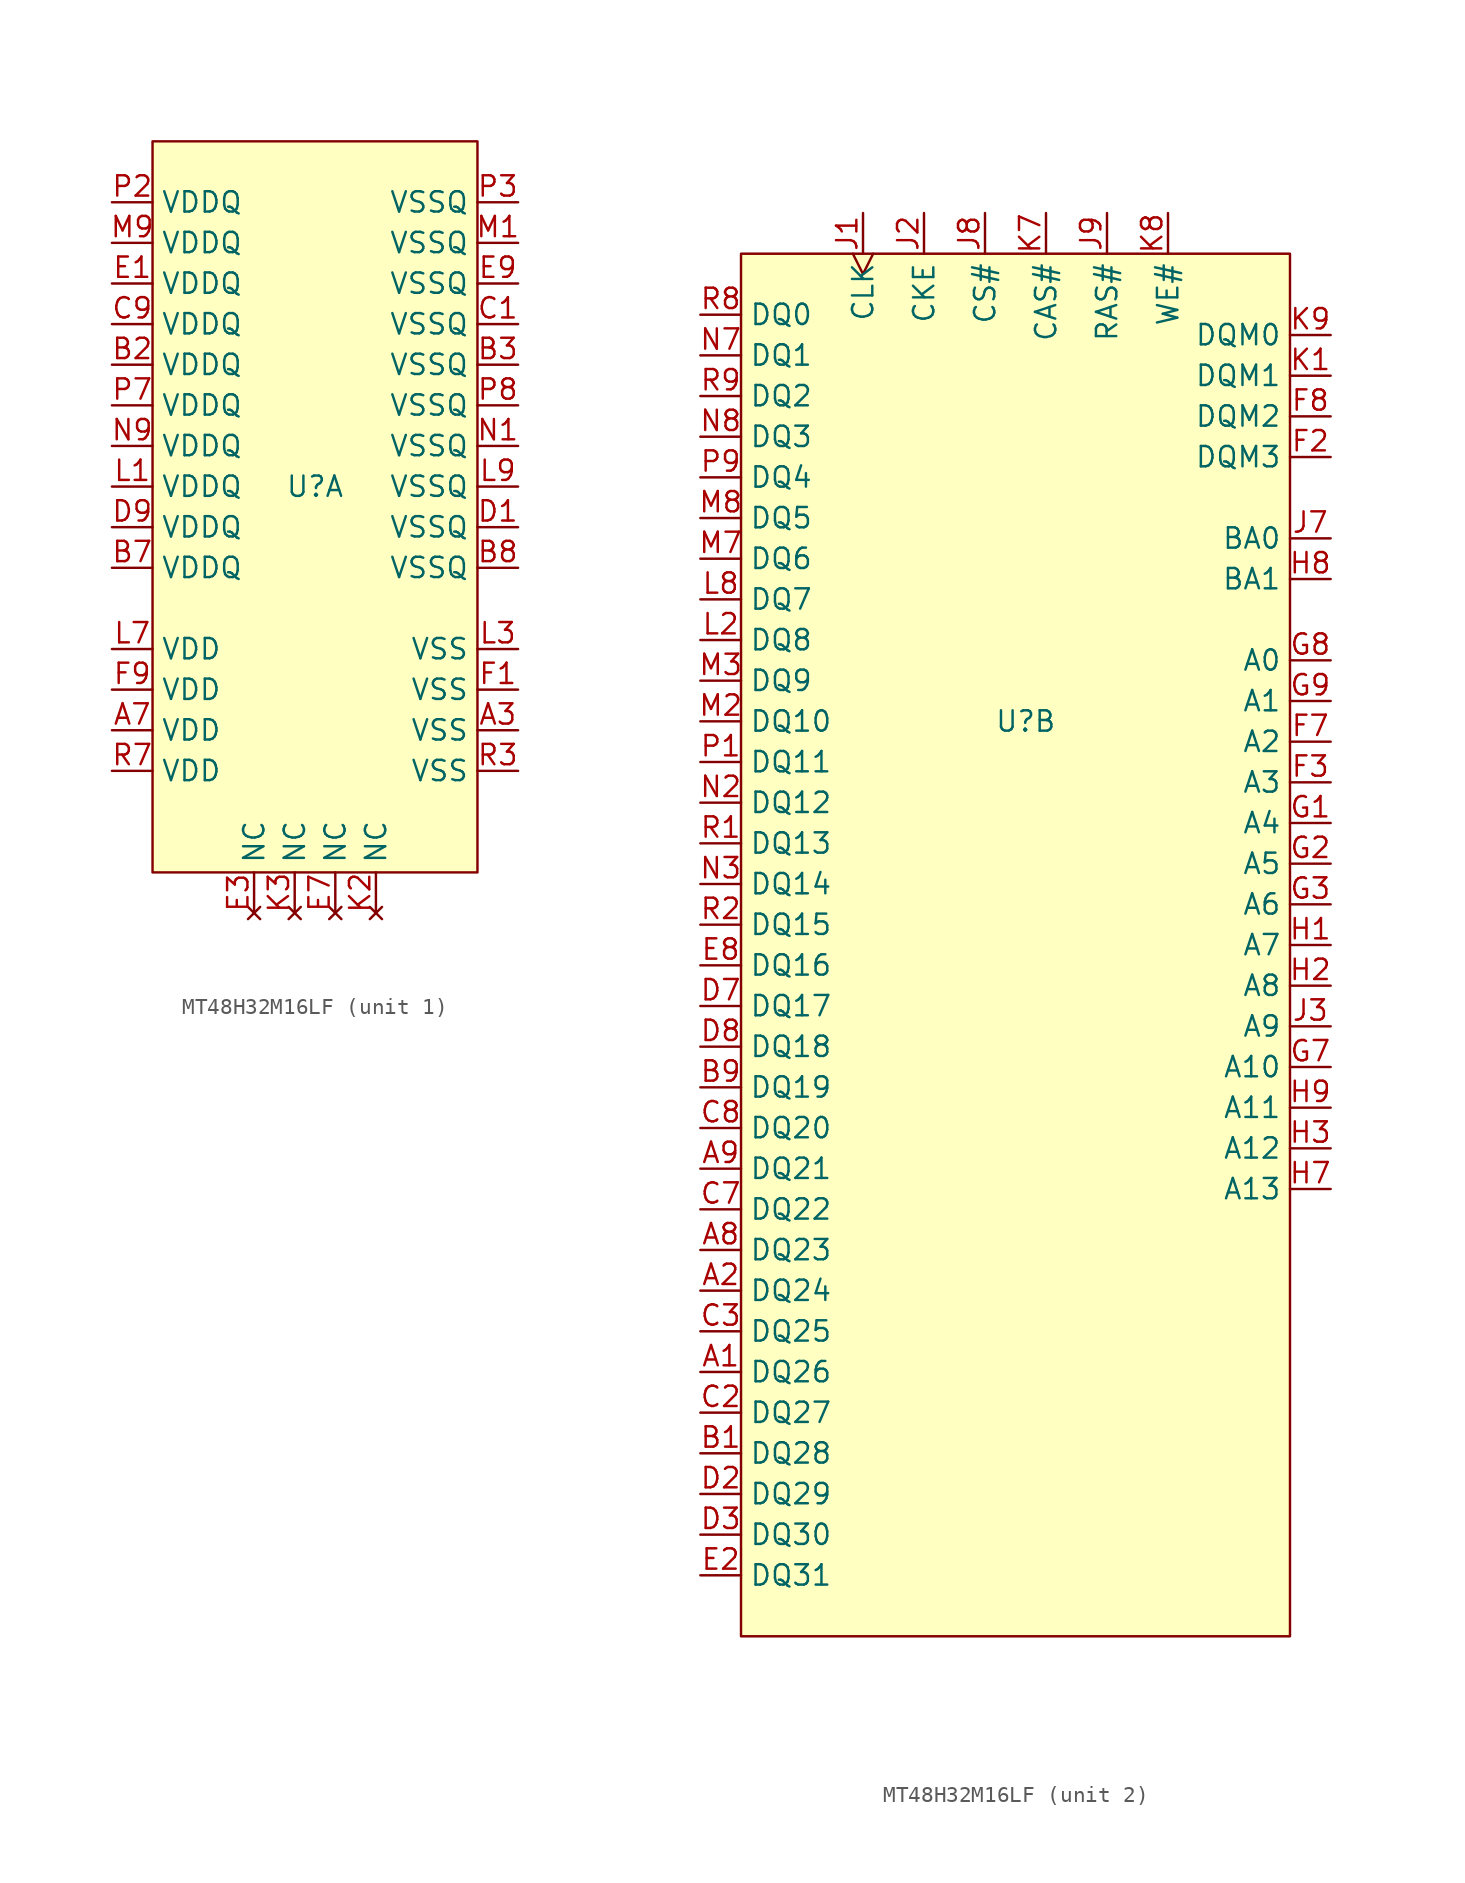
<source format=kicad_sym>
(kicad_symbol_lib
  (version 20231120)
  (generator "kicad_symbol_editor")
  (generator_version "8.0")
  (symbol "MT48H32M16LF"
    (property "Reference" "U"
      (at 0 0 0)
      (effects (font (size 1.27 1.27))))
    (property "ki_locked" ""
      (at 0 0 0)
      (effects (font (size 1.27 1.27))))
    (symbol "MT48H32M16LF_1_1"
      (rectangle (start -10.16 21.59) (end 10.16 -24.13) (stroke (width 0) (type default)) (fill (type background)))
      (pin power_in line (at 12.7 -15.24 180) (length 2.54) (name "VSS" (effects (font (size 1.27 1.27)))) (number "A3" (effects (font (size 1.27 1.27)))))
      (pin power_in line (at -12.7 -15.24 0) (length 2.54) (name "VDD" (effects (font (size 1.27 1.27)))) (number "A7" (effects (font (size 1.27 1.27)))))
      (pin power_in line (at -12.7 7.62 0) (length 2.54) (name "VDDQ" (effects (font (size 1.27 1.27)))) (number "B2" (effects (font (size 1.27 1.27)))))
      (pin power_in line (at 12.7 7.62 180) (length 2.54) (name "VSSQ" (effects (font (size 1.27 1.27)))) (number "B3" (effects (font (size 1.27 1.27)))))
      (pin power_in line (at -12.7 -5.08 0) (length 2.54) (name "VDDQ" (effects (font (size 1.27 1.27)))) (number "B7" (effects (font (size 1.27 1.27)))))
      (pin power_in line (at 12.7 -5.08 180) (length 2.54) (name "VSSQ" (effects (font (size 1.27 1.27)))) (number "B8" (effects (font (size 1.27 1.27)))))
      (pin power_in line (at 12.7 10.16 180) (length 2.54) (name "VSSQ" (effects (font (size 1.27 1.27)))) (number "C1" (effects (font (size 1.27 1.27)))))
      (pin power_in line (at -12.7 10.16 0) (length 2.54) (name "VDDQ" (effects (font (size 1.27 1.27)))) (number "C9" (effects (font (size 1.27 1.27)))))
      (pin power_in line (at 12.7 -2.54 180) (length 2.54) (name "VSSQ" (effects (font (size 1.27 1.27)))) (number "D1" (effects (font (size 1.27 1.27)))))
      (pin power_in line (at -12.7 -2.54 0) (length 2.54) (name "VDDQ" (effects (font (size 1.27 1.27)))) (number "D9" (effects (font (size 1.27 1.27)))))
      (pin power_in line (at -12.7 12.7 0) (length 2.54) (name "VDDQ" (effects (font (size 1.27 1.27)))) (number "E1" (effects (font (size 1.27 1.27)))))
      (pin no_connect line (at -3.81 -26.67 90) (length 2.54) (name "NC" (effects (font (size 1.27 1.27)))) (number "E3" (effects (font (size 1.27 1.27)))))
      (pin no_connect line (at 1.27 -26.67 90) (length 2.54) (name "NC" (effects (font (size 1.27 1.27)))) (number "E7" (effects (font (size 1.27 1.27)))))
      (pin power_in line (at 12.7 12.7 180) (length 2.54) (name "VSSQ" (effects (font (size 1.27 1.27)))) (number "E9" (effects (font (size 1.27 1.27)))))
      (pin power_in line (at 12.7 -12.7 180) (length 2.54) (name "VSS" (effects (font (size 1.27 1.27)))) (number "F1" (effects (font (size 1.27 1.27)))))
      (pin power_in line (at -12.7 -12.7 0) (length 2.54) (name "VDD" (effects (font (size 1.27 1.27)))) (number "F9" (effects (font (size 1.27 1.27)))))
      (pin no_connect line (at 3.81 -26.67 90) (length 2.54) (name "NC" (effects (font (size 1.27 1.27)))) (number "K2" (effects (font (size 1.27 1.27)))))
      (pin no_connect line (at -1.27 -26.67 90) (length 2.54) (name "NC" (effects (font (size 1.27 1.27)))) (number "K3" (effects (font (size 1.27 1.27)))))
      (pin power_in line (at -12.7 0 0) (length 2.54) (name "VDDQ" (effects (font (size 1.27 1.27)))) (number "L1" (effects (font (size 1.27 1.27)))))
      (pin power_in line (at 12.7 -10.16 180) (length 2.54) (name "VSS" (effects (font (size 1.27 1.27)))) (number "L3" (effects (font (size 1.27 1.27)))))
      (pin power_in line (at -12.7 -10.16 0) (length 2.54) (name "VDD" (effects (font (size 1.27 1.27)))) (number "L7" (effects (font (size 1.27 1.27)))))
      (pin power_in line (at 12.7 0 180) (length 2.54) (name "VSSQ" (effects (font (size 1.27 1.27)))) (number "L9" (effects (font (size 1.27 1.27)))))
      (pin power_in line (at 12.7 15.24 180) (length 2.54) (name "VSSQ" (effects (font (size 1.27 1.27)))) (number "M1" (effects (font (size 1.27 1.27)))))
      (pin power_in line (at -12.7 15.24 0) (length 2.54) (name "VDDQ" (effects (font (size 1.27 1.27)))) (number "M9" (effects (font (size 1.27 1.27)))))
      (pin power_in line (at 12.7 2.54 180) (length 2.54) (name "VSSQ" (effects (font (size 1.27 1.27)))) (number "N1" (effects (font (size 1.27 1.27)))))
      (pin power_in line (at -12.7 2.54 0) (length 2.54) (name "VDDQ" (effects (font (size 1.27 1.27)))) (number "N9" (effects (font (size 1.27 1.27)))))
      (pin power_in line (at -12.7 17.78 0) (length 2.54) (name "VDDQ" (effects (font (size 1.27 1.27)))) (number "P2" (effects (font (size 1.27 1.27)))))
      (pin power_in line (at 12.7 17.78 180) (length 2.54) (name "VSSQ" (effects (font (size 1.27 1.27)))) (number "P3" (effects (font (size 1.27 1.27)))))
      (pin power_in line (at -12.7 5.08 0) (length 2.54) (name "VDDQ" (effects (font (size 1.27 1.27)))) (number "P7" (effects (font (size 1.27 1.27)))))
      (pin power_in line (at 12.7 5.08 180) (length 2.54) (name "VSSQ" (effects (font (size 1.27 1.27)))) (number "P8" (effects (font (size 1.27 1.27)))))
      (pin power_in line (at 12.7 -17.78 180) (length 2.54) (name "VSS" (effects (font (size 1.27 1.27)))) (number "R3" (effects (font (size 1.27 1.27)))))
      (pin power_in line (at -12.7 -17.78 0) (length 2.54) (name "VDD" (effects (font (size 1.27 1.27)))) (number "R7" (effects (font (size 1.27 1.27))))))
    (symbol "MT48H32M16LF_2_1"
      (rectangle (start -17.78 29.21) (end 16.51 -57.15) (stroke (width 0) (type default)) (fill (type background)))
      (pin input line (at -20.32 -40.64 0) (length 2.54) (name "DQ26" (effects (font (size 1.27 1.27)))) (number "A1" (effects (font (size 1.27 1.27)))))
      (pin input line (at -20.32 -35.56 0) (length 2.54) (name "DQ24" (effects (font (size 1.27 1.27)))) (number "A2" (effects (font (size 1.27 1.27)))))
      (pin input line (at -20.32 -33.02 0) (length 2.54) (name "DQ23" (effects (font (size 1.27 1.27)))) (number "A8" (effects (font (size 1.27 1.27)))))
      (pin input line (at -20.32 -27.94 0) (length 2.54) (name "DQ21" (effects (font (size 1.27 1.27)))) (number "A9" (effects (font (size 1.27 1.27)))))
      (pin input line (at -20.32 -45.72 0) (length 2.54) (name "DQ28" (effects (font (size 1.27 1.27)))) (number "B1" (effects (font (size 1.27 1.27)))))
      (pin input line (at -20.32 -22.86 0) (length 2.54) (name "DQ19" (effects (font (size 1.27 1.27)))) (number "B9" (effects (font (size 1.27 1.27)))))
      (pin input line (at -20.32 -43.18 0) (length 2.54) (name "DQ27" (effects (font (size 1.27 1.27)))) (number "C2" (effects (font (size 1.27 1.27)))))
      (pin input line (at -20.32 -38.1 0) (length 2.54) (name "DQ25" (effects (font (size 1.27 1.27)))) (number "C3" (effects (font (size 1.27 1.27)))))
      (pin input line (at -20.32 -30.48 0) (length 2.54) (name "DQ22" (effects (font (size 1.27 1.27)))) (number "C7" (effects (font (size 1.27 1.27)))))
      (pin input line (at -20.32 -25.4 0) (length 2.54) (name "DQ20" (effects (font (size 1.27 1.27)))) (number "C8" (effects (font (size 1.27 1.27)))))
      (pin input line (at -20.32 -48.26 0) (length 2.54) (name "DQ29" (effects (font (size 1.27 1.27)))) (number "D2" (effects (font (size 1.27 1.27)))))
      (pin input line (at -20.32 -50.8 0) (length 2.54) (name "DQ30" (effects (font (size 1.27 1.27)))) (number "D3" (effects (font (size 1.27 1.27)))))
      (pin input line (at -20.32 -17.78 0) (length 2.54) (name "DQ17" (effects (font (size 1.27 1.27)))) (number "D7" (effects (font (size 1.27 1.27)))))
      (pin input line (at -20.32 -20.32 0) (length 2.54) (name "DQ18" (effects (font (size 1.27 1.27)))) (number "D8" (effects (font (size 1.27 1.27)))))
      (pin input line (at -20.32 -53.34 0) (length 2.54) (name "DQ31" (effects (font (size 1.27 1.27)))) (number "E2" (effects (font (size 1.27 1.27)))))
      (pin input line (at -20.32 -15.24 0) (length 2.54) (name "DQ16" (effects (font (size 1.27 1.27)))) (number "E8" (effects (font (size 1.27 1.27)))))
      (pin input line (at 19.05 16.51 180) (length 2.54) (name "DQM3" (effects (font (size 1.27 1.27)))) (number "F2" (effects (font (size 1.27 1.27)))))
      (pin input line (at 19.05 -3.81 180) (length 2.54) (name "A3" (effects (font (size 1.27 1.27)))) (number "F3" (effects (font (size 1.27 1.27)))))
      (pin input line (at 19.05 -1.27 180) (length 2.54) (name "A2" (effects (font (size 1.27 1.27)))) (number "F7" (effects (font (size 1.27 1.27)))))
      (pin input line (at 19.05 19.05 180) (length 2.54) (name "DQM2" (effects (font (size 1.27 1.27)))) (number "F8" (effects (font (size 1.27 1.27)))))
      (pin input line (at 19.05 -6.35 180) (length 2.54) (name "A4" (effects (font (size 1.27 1.27)))) (number "G1" (effects (font (size 1.27 1.27)))))
      (pin input line (at 19.05 -8.89 180) (length 2.54) (name "A5" (effects (font (size 1.27 1.27)))) (number "G2" (effects (font (size 1.27 1.27)))))
      (pin input line (at 19.05 -11.43 180) (length 2.54) (name "A6" (effects (font (size 1.27 1.27)))) (number "G3" (effects (font (size 1.27 1.27)))))
      (pin input line (at 19.05 -21.59 180) (length 2.54) (name "A10" (effects (font (size 1.27 1.27)))) (number "G7" (effects (font (size 1.27 1.27)))))
      (pin input line (at 19.05 3.81 180) (length 2.54) (name "A0" (effects (font (size 1.27 1.27)))) (number "G8" (effects (font (size 1.27 1.27)))))
      (pin input line (at 19.05 1.27 180) (length 2.54) (name "A1" (effects (font (size 1.27 1.27)))) (number "G9" (effects (font (size 1.27 1.27)))))
      (pin input line (at 19.05 -13.97 180) (length 2.54) (name "A7" (effects (font (size 1.27 1.27)))) (number "H1" (effects (font (size 1.27 1.27)))))
      (pin input line (at 19.05 -16.51 180) (length 2.54) (name "A8" (effects (font (size 1.27 1.27)))) (number "H2" (effects (font (size 1.27 1.27)))))
      (pin input line (at 19.05 -26.67 180) (length 2.54) (name "A12" (effects (font (size 1.27 1.27)))) (number "H3" (effects (font (size 1.27 1.27)))))
      (pin input line (at 19.05 -29.21 180) (length 2.54) (name "A13" (effects (font (size 1.27 1.27)))) (number "H7" (effects (font (size 1.27 1.27)))))
      (pin input line (at 19.05 8.89 180) (length 2.54) (name "BA1" (effects (font (size 1.27 1.27)))) (number "H8" (effects (font (size 1.27 1.27)))))
      (pin input line (at 19.05 -24.13 180) (length 2.54) (name "A11" (effects (font (size 1.27 1.27)))) (number "H9" (effects (font (size 1.27 1.27)))))
      (pin input clock (at -10.16 31.75 270) (length 2.54) (name "CLK" (effects (font (size 1.27 1.27)))) (number "J1" (effects (font (size 1.27 1.27)))))
      (pin input line (at -6.35 31.75 270) (length 2.54) (name "CKE" (effects (font (size 1.27 1.27)))) (number "J2" (effects (font (size 1.27 1.27)))))
      (pin input line (at 19.05 -19.05 180) (length 2.54) (name "A9" (effects (font (size 1.27 1.27)))) (number "J3" (effects (font (size 1.27 1.27)))))
      (pin input line (at 19.05 11.43 180) (length 2.54) (name "BA0" (effects (font (size 1.27 1.27)))) (number "J7" (effects (font (size 1.27 1.27)))))
      (pin input line (at -2.54 31.75 270) (length 2.54) (name "CS#" (effects (font (size 1.27 1.27)))) (number "J8" (effects (font (size 1.27 1.27)))))
      (pin input line (at 5.08 31.75 270) (length 2.54) (name "RAS#" (effects (font (size 1.27 1.27)))) (number "J9" (effects (font (size 1.27 1.27)))))
      (pin input line (at 19.05 21.59 180) (length 2.54) (name "DQM1" (effects (font (size 1.27 1.27)))) (number "K1" (effects (font (size 1.27 1.27)))))
      (pin input line (at 1.27 31.75 270) (length 2.54) (name "CAS#" (effects (font (size 1.27 1.27)))) (number "K7" (effects (font (size 1.27 1.27)))))
      (pin input line (at 8.89 31.75 270) (length 2.54) (name "WE#" (effects (font (size 1.27 1.27)))) (number "K8" (effects (font (size 1.27 1.27)))))
      (pin input line (at 19.05 24.13 180) (length 2.54) (name "DQM0" (effects (font (size 1.27 1.27)))) (number "K9" (effects (font (size 1.27 1.27)))))
      (pin input line (at -20.32 5.08 0) (length 2.54) (name "DQ8" (effects (font (size 1.27 1.27)))) (number "L2" (effects (font (size 1.27 1.27)))))
      (pin input line (at -20.32 7.62 0) (length 2.54) (name "DQ7" (effects (font (size 1.27 1.27)))) (number "L8" (effects (font (size 1.27 1.27)))))
      (pin input line (at -20.32 0 0) (length 2.54) (name "DQ10" (effects (font (size 1.27 1.27)))) (number "M2" (effects (font (size 1.27 1.27)))))
      (pin input line (at -20.32 2.54 0) (length 2.54) (name "DQ9" (effects (font (size 1.27 1.27)))) (number "M3" (effects (font (size 1.27 1.27)))))
      (pin input line (at -20.32 10.16 0) (length 2.54) (name "DQ6" (effects (font (size 1.27 1.27)))) (number "M7" (effects (font (size 1.27 1.27)))))
      (pin input line (at -20.32 12.7 0) (length 2.54) (name "DQ5" (effects (font (size 1.27 1.27)))) (number "M8" (effects (font (size 1.27 1.27)))))
      (pin input line (at -20.32 -5.08 0) (length 2.54) (name "DQ12" (effects (font (size 1.27 1.27)))) (number "N2" (effects (font (size 1.27 1.27)))))
      (pin input line (at -20.32 -10.16 0) (length 2.54) (name "DQ14" (effects (font (size 1.27 1.27)))) (number "N3" (effects (font (size 1.27 1.27)))))
      (pin input line (at -20.32 22.86 0) (length 2.54) (name "DQ1" (effects (font (size 1.27 1.27)))) (number "N7" (effects (font (size 1.27 1.27)))))
      (pin input line (at -20.32 17.78 0) (length 2.54) (name "DQ3" (effects (font (size 1.27 1.27)))) (number "N8" (effects (font (size 1.27 1.27)))))
      (pin input line (at -20.32 -2.54 0) (length 2.54) (name "DQ11" (effects (font (size 1.27 1.27)))) (number "P1" (effects (font (size 1.27 1.27)))))
      (pin input line (at -20.32 15.24 0) (length 2.54) (name "DQ4" (effects (font (size 1.27 1.27)))) (number "P9" (effects (font (size 1.27 1.27)))))
      (pin input line (at -20.32 -7.62 0) (length 2.54) (name "DQ13" (effects (font (size 1.27 1.27)))) (number "R1" (effects (font (size 1.27 1.27)))))
      (pin input line (at -20.32 -12.7 0) (length 2.54) (name "DQ15" (effects (font (size 1.27 1.27)))) (number "R2" (effects (font (size 1.27 1.27)))))
      (pin input line (at -20.32 25.4 0) (length 2.54) (name "DQ0" (effects (font (size 1.27 1.27)))) (number "R8" (effects (font (size 1.27 1.27)))))
      (pin input line (at -20.32 20.32 0) (length 2.54) (name "DQ2" (effects (font (size 1.27 1.27)))) (number "R9" (effects (font (size 1.27 1.27))))))))
</source>
